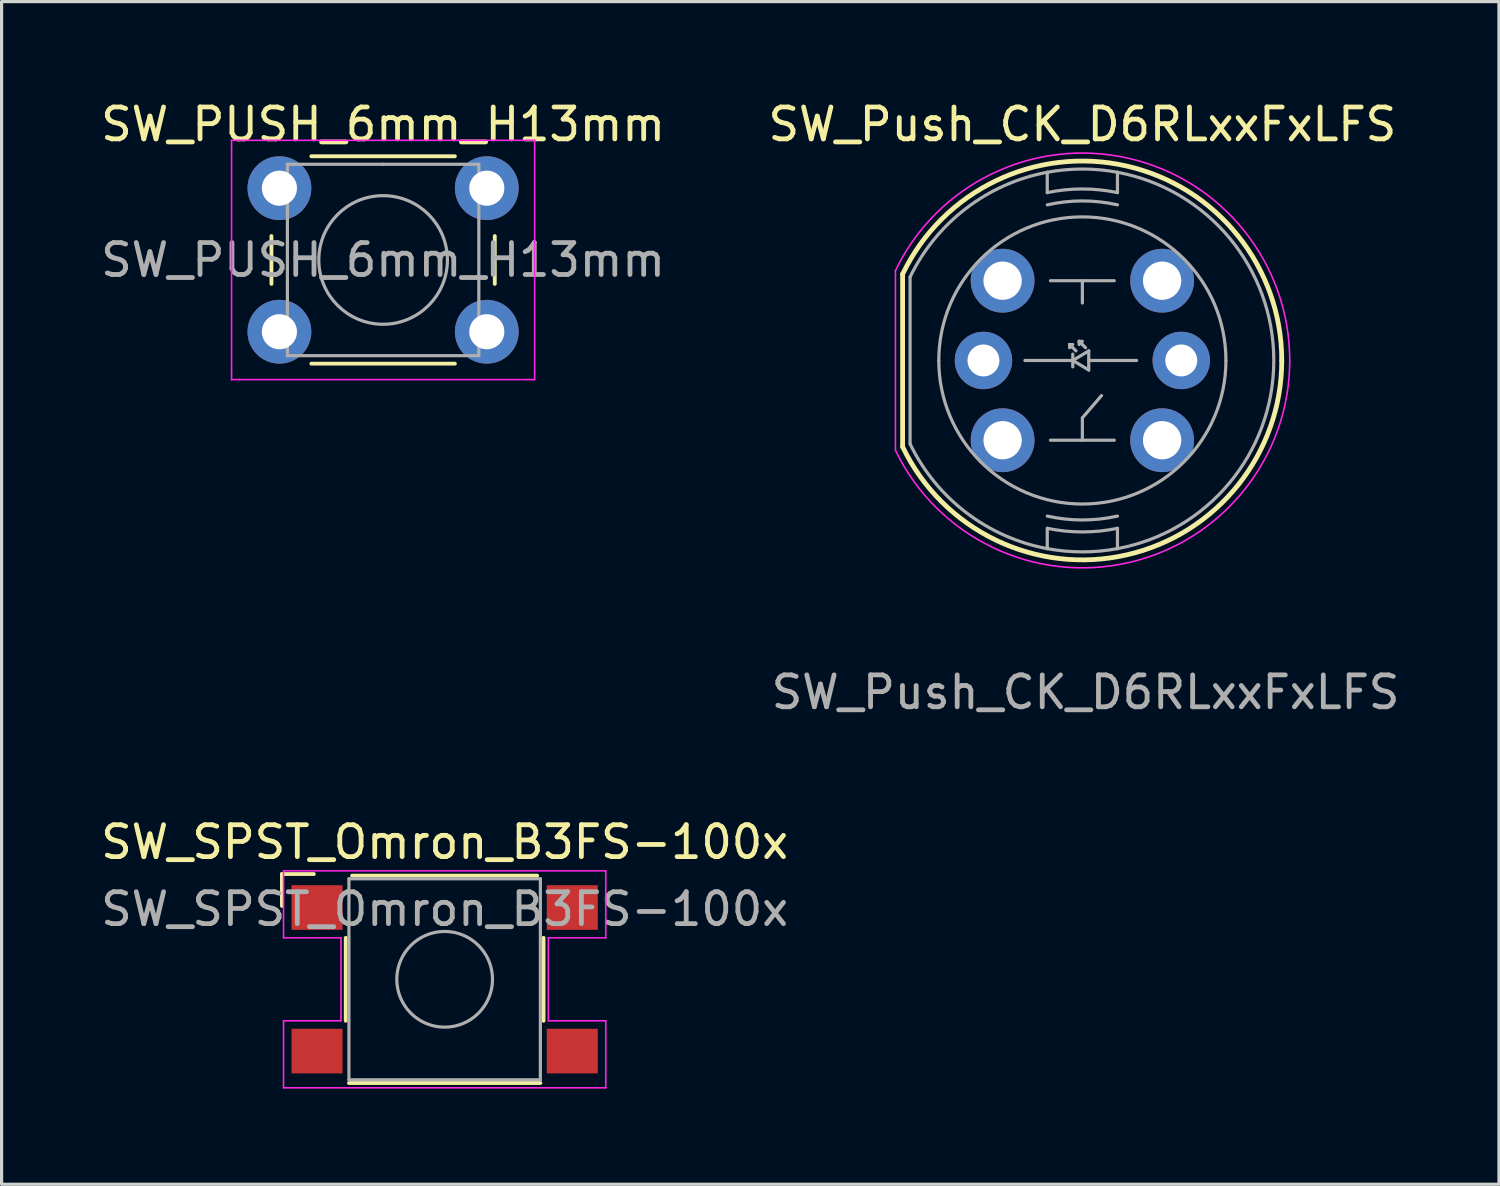
<source format=kicad_pcb>
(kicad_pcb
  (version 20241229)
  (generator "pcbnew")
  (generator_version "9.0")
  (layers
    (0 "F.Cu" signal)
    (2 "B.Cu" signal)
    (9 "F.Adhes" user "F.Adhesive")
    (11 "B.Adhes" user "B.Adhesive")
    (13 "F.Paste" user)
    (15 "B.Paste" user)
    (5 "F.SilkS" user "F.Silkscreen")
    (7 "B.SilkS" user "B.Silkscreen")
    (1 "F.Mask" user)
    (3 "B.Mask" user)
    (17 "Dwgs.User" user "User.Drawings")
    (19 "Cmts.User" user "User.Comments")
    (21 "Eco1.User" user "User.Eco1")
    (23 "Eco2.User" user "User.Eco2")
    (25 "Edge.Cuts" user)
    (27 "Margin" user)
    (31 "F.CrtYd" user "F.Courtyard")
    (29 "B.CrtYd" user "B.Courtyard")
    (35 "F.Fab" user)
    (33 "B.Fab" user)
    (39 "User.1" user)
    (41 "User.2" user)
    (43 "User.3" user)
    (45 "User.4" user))
  (footprint "SW_SPST_Omron_B3FS-100x"
    (layer "F.Cu")
    (at 10.887 27.645)
    (property "Reference" "SW_SPST_Omron_B3FS-100x" (at 0 -4.3 0) (layer "F.SilkS") (effects (font (size 1 1) (thickness 0.15))))
    (attr smd)
    (fp_line (start -5.1 -3.3) (end -4.1 -3.3) (stroke (width 0.12) (type solid)) (layer "F.SilkS"))
    (fp_line (start -5.1 -2.3) (end -5.1 -3.3) (stroke (width 0.12) (type solid)) (layer "F.SilkS"))
    (fp_line (start -3.1 -1.3) (end -3.1 1.3) (stroke (width 0.12) (type solid)) (layer "F.SilkS"))
    (fp_line (start 2.9 -3.25) (end -2.9 -3.25) (stroke (width 0.12) (type solid)) (layer "F.SilkS"))
    (fp_line (start 3 3.25) (end -3 3.25) (stroke (width 0.12) (type solid)) (layer "F.SilkS"))
    (fp_line (start 3.1 -1.3) (end 3.1 1.3) (stroke (width 0.12) (type solid)) (layer "F.SilkS"))
    (fp_line (start -5.05 -3.4) (end 5.05 -3.4) (stroke (width 0.05) (type solid)) (layer "F.CrtYd"))
    (fp_line (start -5.05 -1.3) (end -5.05 -3.4) (stroke (width 0.05) (type solid)) (layer "F.CrtYd"))
    (fp_line (start -5.05 1.3) (end -3.25 1.3) (stroke (width 0.05) (type solid)) (layer "F.CrtYd"))
    (fp_line (start -5.05 3.4) (end -5.05 1.3) (stroke (width 0.05) (type solid)) (layer "F.CrtYd"))
    (fp_line (start -3.25 -1.3) (end -5.05 -1.3) (stroke (width 0.05) (type solid)) (layer "F.CrtYd"))
    (fp_line (start -3.25 1.3) (end -3.25 -1.3) (stroke (width 0.05) (type solid)) (layer "F.CrtYd"))
    (fp_line (start 3.25 -1.3) (end 3.25 1.3) (stroke (width 0.05) (type solid)) (layer "F.CrtYd"))
    (fp_line (start 3.25 1.3) (end 5.05 1.3) (stroke (width 0.05) (type solid)) (layer "F.CrtYd"))
    (fp_line (start 5.05 -3.4) (end 5.05 -1.3) (stroke (width 0.05) (type solid)) (layer "F.CrtYd"))
    (fp_line (start 5.05 -1.3) (end 3.25 -1.3) (stroke (width 0.05) (type solid)) (layer "F.CrtYd"))
    (fp_line (start 5.05 1.3) (end 5.05 3.4) (stroke (width 0.05) (type solid)) (layer "F.CrtYd"))
    (fp_line (start 5.05 3.4) (end -5.05 3.4) (stroke (width 0.05) (type solid)) (layer "F.CrtYd"))
    (fp_line (start -3 -3.15) (end 3 -3.15) (stroke (width 0.1) (type solid)) (layer "F.Fab"))
    (fp_line (start -3 3.15) (end -3 -3.15) (stroke (width 0.1) (type solid)) (layer "F.Fab"))
    (fp_line (start 3 -3.15) (end 3 3.15) (stroke (width 0.1) (type solid)) (layer "F.Fab"))
    (fp_line (start 3 3.15) (end -3 3.15) (stroke (width 0.1) (type solid)) (layer "F.Fab"))
    (fp_circle (center 0 0) (end 1.5 0) (stroke (width 0.1) (type solid)) (fill no) (layer "F.Fab"))
    (fp_text user "${REFERENCE}" (at 0 -2.2 0) (layer "F.Fab") (effects (font (size 1 1) (thickness 0.15))))
    (pad "1" smd rect (at -4 -2.25 180) (size 1.6 1.4) (layers "F.Cu" "F.Mask" "F.Paste"))
    (pad "1" smd rect (at 4 -2.25 180) (size 1.6 1.4) (layers "F.Cu" "F.Mask" "F.Paste"))
    (pad "2" smd rect (at -4 2.25 180) (size 1.6 1.4) (layers "F.Cu" "F.Mask" "F.Paste"))
    (pad "2" smd rect (at 4 2.25 180) (size 1.6 1.4) (layers "F.Cu" "F.Mask" "F.Paste")))
  (footprint "SW_PUSH_6mm_H13mm"
    (layer "F.Cu")
    (at 5.708 2.848)
    (property "Reference" "SW_PUSH_6mm_H13mm" (at 3.25 -2 0) (layer "F.SilkS") (effects (font (size 1 1) (thickness 0.15))))
    (attr through_hole)
    (fp_line (start -0.25 1.5) (end -0.25 3) (stroke (width 0.12) (type solid)) (layer "F.SilkS"))
    (fp_line (start 1 5.5) (end 5.5 5.5) (stroke (width 0.12) (type solid)) (layer "F.SilkS"))
    (fp_line (start 5.5 -1) (end 1 -1) (stroke (width 0.12) (type solid)) (layer "F.SilkS"))
    (fp_line (start 6.75 3) (end 6.75 1.5) (stroke (width 0.12) (type solid)) (layer "F.SilkS"))
    (fp_line (start -1.5 -1.5) (end -1.25 -1.5) (stroke (width 0.05) (type solid)) (layer "F.CrtYd"))
    (fp_line (start -1.5 -1.25) (end -1.5 -1.5) (stroke (width 0.05) (type solid)) (layer "F.CrtYd"))
    (fp_line (start -1.5 5.75) (end -1.5 -1.25) (stroke (width 0.05) (type solid)) (layer "F.CrtYd"))
    (fp_line (start -1.5 5.75) (end -1.5 6) (stroke (width 0.05) (type solid)) (layer "F.CrtYd"))
    (fp_line (start -1.5 6) (end -1.25 6) (stroke (width 0.05) (type solid)) (layer "F.CrtYd"))
    (fp_line (start -1.25 -1.5) (end 7.75 -1.5) (stroke (width 0.05) (type solid)) (layer "F.CrtYd"))
    (fp_line (start 7.75 -1.5) (end 8 -1.5) (stroke (width 0.05) (type solid)) (layer "F.CrtYd"))
    (fp_line (start 7.75 6) (end -1.25 6) (stroke (width 0.05) (type solid)) (layer "F.CrtYd"))
    (fp_line (start 7.75 6) (end 8 6) (stroke (width 0.05) (type solid)) (layer "F.CrtYd"))
    (fp_line (start 8 -1.5) (end 8 -1.25) (stroke (width 0.05) (type solid)) (layer "F.CrtYd"))
    (fp_line (start 8 -1.25) (end 8 5.75) (stroke (width 0.05) (type solid)) (layer "F.CrtYd"))
    (fp_line (start 8 6) (end 8 5.75) (stroke (width 0.05) (type solid)) (layer "F.CrtYd"))
    (fp_line (start 0.25 -0.75) (end 3.25 -0.75) (stroke (width 0.1) (type solid)) (layer "F.Fab"))
    (fp_line (start 0.25 5.25) (end 0.25 -0.75) (stroke (width 0.1) (type solid)) (layer "F.Fab"))
    (fp_line (start 3.25 -0.75) (end 6.25 -0.75) (stroke (width 0.1) (type solid)) (layer "F.Fab"))
    (fp_line (start 6.25 -0.75) (end 6.25 5.25) (stroke (width 0.1) (type solid)) (layer "F.Fab"))
    (fp_line (start 6.25 5.25) (end 0.25 5.25) (stroke (width 0.1) (type solid)) (layer "F.Fab"))
    (fp_circle (center 3.25 2.25) (end 1.25 2.5) (stroke (width 0.1) (type solid)) (fill no) (layer "F.Fab"))
    (fp_text user "${REFERENCE}" (at 3.25 2.25 0) (layer "F.Fab") (effects (font (size 1 1) (thickness 0.15))))
    (pad "1" thru_hole circle (at 0 0 90) (size 2 2) (drill 1.1) (layers "*.Cu" "*.Mask"))
    (pad "1" thru_hole circle (at 6.5 0 90) (size 2 2) (drill 1.1) (layers "*.Cu" "*.Mask"))
    (pad "2" thru_hole circle (at 0 4.5 90) (size 2 2) (drill 1.1) (layers "*.Cu" "*.Mask"))
    (pad "2" thru_hole circle (at 6.5 4.5 90) (size 2 2) (drill 1.1) (layers "*.Cu" "*.Mask")))
  (footprint "SW_Push_CK_D6RLxxFxLFS"
    (layer "F.Cu")
    (at 30.875 8.248)
    (property "Reference" "SW_Push_CK_D6RLxxFxLFS" (at 0 -7.4 0) (unlocked yes) (layer "F.SilkS") (effects (font (size 1 1) (thickness 0.15))))
    (attr through_hole)
    (fp_line (start -5.634 2.706) (end -5.634 -2.706) (stroke (width 0.15) (type default)) (layer "F.SilkS"))
    (fp_arc (start -5.633785 -2.706099) (mid 1.387686 -6.094) (end 6.25 0) (stroke (width 0.15) (type default)) (layer "F.SilkS"))
    (fp_arc (start 6.25 -0.000002) (mid 1.387686 6.093998) (end -5.633785 2.706097) (stroke (width 0.15) (type default)) (layer "F.SilkS"))
    (fp_line (start -5.859 -2.814) (end -5.859 2.814) (stroke (width 0.05) (type default)) (layer "F.CrtYd"))
    (fp_arc (start -5.859136 -2.814343) (mid 1.443194 -6.337759) (end 6.5 0) (stroke (width 0.05) (type default)) (layer "F.CrtYd"))
    (fp_arc (start 6.5 0) (mid 1.443194 6.337759) (end -5.859136 2.814343) (stroke (width 0.05) (type default)) (layer "F.CrtYd"))
    (fp_line (start -5.4 2.615) (end -5.4 -2.615) (stroke (width 0.1) (type default)) (layer "F.Fab"))
    (fp_line (start -1.1 -5.898) (end -1.1 -5.261) (stroke (width 0.1) (type default)) (layer "F.Fab"))
    (fp_line (start -1.1 5.261) (end -1.1 5.898) (stroke (width 0.1) (type default)) (layer "F.Fab"))
    (fp_line (start -1 -2.5) (end 1 -2.5) (stroke (width 0.1) (type default)) (layer "F.Fab"))
    (fp_line (start -1 2.5) (end 1 2.5) (stroke (width 0.1) (type default)) (layer "F.Fab"))
    (fp_line (start -0.4 -0.5) (end -0.4 -0.4) (stroke (width 0.1) (type default)) (layer "F.Fab"))
    (fp_line (start -0.4 -0.5) (end -0.3 -0.5) (stroke (width 0.1) (type default)) (layer "F.Fab"))
    (fp_line (start -0.3 -0.2) (end -0.3 0.2) (stroke (width 0.1) (type default)) (layer "F.Fab"))
    (fp_line (start -0.3 0) (end -1.8 0) (stroke (width 0.1) (type default)) (layer "F.Fab"))
    (fp_line (start -0.3 0) (end 0.2 -0.3) (stroke (width 0.1) (type default)) (layer "F.Fab"))
    (fp_line (start -0.3 0) (end 0.2 0.3) (stroke (width 0.1) (type default)) (layer "F.Fab"))
    (fp_line (start -0.2 -0.3) (end -0.4 -0.5) (stroke (width 0.1) (type default)) (layer "F.Fab"))
    (fp_line (start -0.1 -0.6) (end -0.1 -0.5) (stroke (width 0.1) (type default)) (layer "F.Fab"))
    (fp_line (start -0.1 -0.6) (end 0 -0.6) (stroke (width 0.1) (type default)) (layer "F.Fab"))
    (fp_line (start 0 -1.8) (end 0 -2.5) (stroke (width 0.1) (type default)) (layer "F.Fab"))
    (fp_line (start 0 1.8) (end 0.6 1.1) (stroke (width 0.1) (type default)) (layer "F.Fab"))
    (fp_line (start 0 2.5) (end 0 1.8) (stroke (width 0.1) (type default)) (layer "F.Fab"))
    (fp_line (start 0.1 -0.4) (end -0.1 -0.6) (stroke (width 0.1) (type default)) (layer "F.Fab"))
    (fp_line (start 0.2 -0.3) (end 0.2 0.3) (stroke (width 0.1) (type default)) (layer "F.Fab"))
    (fp_line (start 0.2 0) (end 1.7 0) (stroke (width 0.1) (type default)) (layer "F.Fab"))
    (fp_line (start 1.1 -5.261) (end 1.1 -5.898) (stroke (width 0.1) (type default)) (layer "F.Fab"))
    (fp_line (start 1.1 5.898) (end 1.1 5.261) (stroke (width 0.1) (type default)) (layer "F.Fab"))
    (fp_arc (start -5.39989 -2.615335) (mid -3.640904 -4.768967) (end -1.099889 -5.898305) (stroke (width 0.1) (type default)) (layer "F.Fab"))
    (fp_arc (start -4.499891 0.000001) (mid 0.000113 -4.500006) (end 4.500114 -0.000001) (stroke (width 0.1) (type default)) (layer "F.Fab"))
    (fp_arc (start -1.099889 -5.898305) (mid 0.000112 -6.000001) (end 1.100112 -5.898305) (stroke (width 0.1) (type default)) (layer "F.Fab"))
    (fp_arc (start -1.099888 -5.261237) (mid 0.000112 -5.375001) (end 1.100112 -5.261237) (stroke (width 0.1) (type default)) (layer "F.Fab"))
    (fp_arc (start -1.099887 5.898302) (mid -3.6409 4.768963) (end -5.399889 2.615335) (stroke (width 0.1) (type default)) (layer "F.Fab"))
    (fp_arc (start -1.099885 -4.8775) (mid 0.000113 -5.000001) (end 1.100111 -4.877498) (stroke (width 0.1) (type default)) (layer "F.Fab"))
    (fp_arc (start 1.100111 5.261239) (mid 0.000113 5.375) (end -1.099885 5.261236) (stroke (width 0.1) (type default)) (layer "F.Fab"))
    (fp_arc (start 1.100111 5.898304) (mid 0.000112 5.999999) (end -1.099887 5.898302) (stroke (width 0.1) (type default)) (layer "F.Fab"))
    (fp_arc (start 1.100112 -5.898305) (mid 6.000113 -0.000001) (end 1.100111 5.898304) (stroke (width 0.1) (type default)) (layer "F.Fab"))
    (fp_arc (start 1.100113 4.877498) (mid 0.000114 5.000001) (end -1.099885 4.877496) (stroke (width 0.1) (type default)) (layer "F.Fab"))
    (fp_arc (start 4.500114 -0.000001) (mid 0.000115 4.499999) (end -4.499891 0.000001) (stroke (width 0.1) (type default)) (layer "F.Fab"))
    (fp_text user "${REFERENCE}" (at 0.1 10.4 0) (unlocked yes) (layer "F.Fab") (effects (font (size 1 1) (thickness 0.15))))
    (pad "1" thru_hole circle (at 2.5 2.5) (size 2 2) (drill 1.2) (layers "*.Cu" "*.Mask"))
    (pad "2" thru_hole circle (at -2.5 2.5) (size 2 2) (drill 1.2) (layers "*.Cu" "*.Mask"))
    (pad "3" thru_hole circle (at 2.5 -2.5) (size 2 2) (drill 1.2) (layers "*.Cu" "*.Mask"))
    (pad "4" thru_hole circle (at -2.5 -2.5) (size 2 2) (drill 1.2) (layers "*.Cu" "*.Mask"))
    (pad "A" thru_hole circle (at 3.1 0) (size 1.8 1.8) (drill 1) (layers "*.Cu" "*.Mask"))
    (pad "K" thru_hole circle (at -3.1 -0.000001) (size 1.8 1.8) (drill 1) (layers "*.Cu" "*.Mask")))
  (gr_rect
    (start -3 -3)
    (end 43.933 34.07)
    (stroke (width 0.1) (type default))
    (fill no)
    (layer "Edge.Cuts")))
</source>
